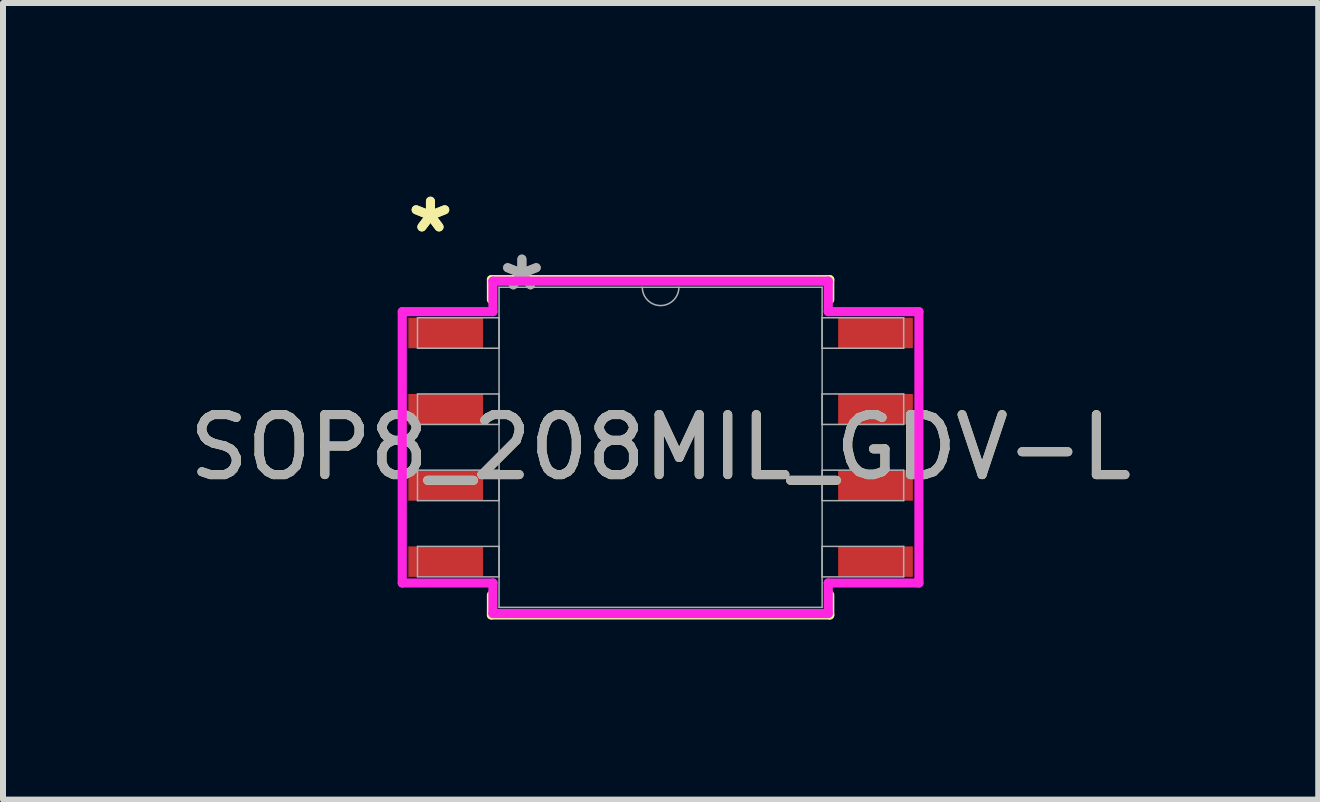
<source format=kicad_pcb>
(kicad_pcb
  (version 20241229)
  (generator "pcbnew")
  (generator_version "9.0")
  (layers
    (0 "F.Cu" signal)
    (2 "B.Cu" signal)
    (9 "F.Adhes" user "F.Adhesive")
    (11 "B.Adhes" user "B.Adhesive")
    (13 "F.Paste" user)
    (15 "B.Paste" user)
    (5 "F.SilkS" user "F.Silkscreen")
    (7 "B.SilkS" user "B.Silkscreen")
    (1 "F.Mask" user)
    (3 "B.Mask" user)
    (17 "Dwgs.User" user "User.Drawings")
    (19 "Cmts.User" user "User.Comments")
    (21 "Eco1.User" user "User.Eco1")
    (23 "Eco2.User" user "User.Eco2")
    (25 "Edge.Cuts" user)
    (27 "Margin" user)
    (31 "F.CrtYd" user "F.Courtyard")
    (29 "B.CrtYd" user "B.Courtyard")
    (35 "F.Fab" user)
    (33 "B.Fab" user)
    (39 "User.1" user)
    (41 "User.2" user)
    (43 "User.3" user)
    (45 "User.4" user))
  (footprint "SOP8_208MIL_GDV-L"
    (layer "F.Cu")
    (at 7.958 4.404)
    (property "Reference" "SOP8_208MIL_GDV-L" (at 0 0 0) (unlocked yes) (layer "F.SilkS") (effects (font (size 1 1) (thickness 0.15))))
    (attr smd)
    (fp_line (start -2.819 -2.794) (end -2.819 -2.461) (stroke (width 0.152) (type solid)) (layer "F.SilkS"))
    (fp_line (start -2.819 2.461) (end -2.819 2.794) (stroke (width 0.152) (type solid)) (layer "F.SilkS"))
    (fp_line (start -2.819 2.794) (end 2.819 2.794) (stroke (width 0.152) (type solid)) (layer "F.SilkS"))
    (fp_line (start 2.819 -2.794) (end -2.819 -2.794) (stroke (width 0.152) (type solid)) (layer "F.SilkS"))
    (fp_line (start 2.819 -2.461) (end 2.819 -2.794) (stroke (width 0.152) (type solid)) (layer "F.SilkS"))
    (fp_line (start 2.819 2.794) (end 2.819 2.461) (stroke (width 0.152) (type solid)) (layer "F.SilkS"))
    (fp_line (start -4.305 -2.261) (end -2.794 -2.261) (stroke (width 0.152) (type solid)) (layer "F.CrtYd"))
    (fp_line (start -4.305 2.261) (end -4.305 -2.261) (stroke (width 0.152) (type solid)) (layer "F.CrtYd"))
    (fp_line (start -4.305 2.261) (end -2.794 2.261) (stroke (width 0.152) (type solid)) (layer "F.CrtYd"))
    (fp_line (start -2.794 -2.769) (end 2.794 -2.769) (stroke (width 0.152) (type solid)) (layer "F.CrtYd"))
    (fp_line (start -2.794 -2.261) (end -2.794 -2.769) (stroke (width 0.152) (type solid)) (layer "F.CrtYd"))
    (fp_line (start -2.794 2.769) (end -2.794 2.261) (stroke (width 0.152) (type solid)) (layer "F.CrtYd"))
    (fp_line (start 2.794 -2.769) (end 2.794 -2.261) (stroke (width 0.152) (type solid)) (layer "F.CrtYd"))
    (fp_line (start 2.794 2.261) (end 2.794 2.769) (stroke (width 0.152) (type solid)) (layer "F.CrtYd"))
    (fp_line (start 2.794 2.769) (end -2.794 2.769) (stroke (width 0.152) (type solid)) (layer "F.CrtYd"))
    (fp_line (start 4.305 -2.261) (end 2.794 -2.261) (stroke (width 0.152) (type solid)) (layer "F.CrtYd"))
    (fp_line (start 4.305 -2.261) (end 4.305 2.261) (stroke (width 0.152) (type solid)) (layer "F.CrtYd"))
    (fp_line (start 4.305 2.261) (end 2.794 2.261) (stroke (width 0.152) (type solid)) (layer "F.CrtYd"))
    (fp_line (start -4.051 -2.159) (end -4.051 -1.651) (stroke (width 0.025) (type solid)) (layer "F.Fab"))
    (fp_line (start -4.051 -1.651) (end -2.692 -1.651) (stroke (width 0.025) (type solid)) (layer "F.Fab"))
    (fp_line (start -4.051 -0.889) (end -4.051 -0.381) (stroke (width 0.025) (type solid)) (layer "F.Fab"))
    (fp_line (start -4.051 -0.381) (end -2.692 -0.381) (stroke (width 0.025) (type solid)) (layer "F.Fab"))
    (fp_line (start -4.051 0.381) (end -4.051 0.889) (stroke (width 0.025) (type solid)) (layer "F.Fab"))
    (fp_line (start -4.051 0.889) (end -2.692 0.889) (stroke (width 0.025) (type solid)) (layer "F.Fab"))
    (fp_line (start -4.051 1.651) (end -4.051 2.159) (stroke (width 0.025) (type solid)) (layer "F.Fab"))
    (fp_line (start -4.051 2.159) (end -2.692 2.159) (stroke (width 0.025) (type solid)) (layer "F.Fab"))
    (fp_line (start -2.692 -2.667) (end -2.692 2.667) (stroke (width 0.025) (type solid)) (layer "F.Fab"))
    (fp_line (start -2.692 -2.159) (end -4.051 -2.159) (stroke (width 0.025) (type solid)) (layer "F.Fab"))
    (fp_line (start -2.692 -1.651) (end -2.692 -2.159) (stroke (width 0.025) (type solid)) (layer "F.Fab"))
    (fp_line (start -2.692 -0.889) (end -4.051 -0.889) (stroke (width 0.025) (type solid)) (layer "F.Fab"))
    (fp_line (start -2.692 -0.381) (end -2.692 -0.889) (stroke (width 0.025) (type solid)) (layer "F.Fab"))
    (fp_line (start -2.692 0.381) (end -4.051 0.381) (stroke (width 0.025) (type solid)) (layer "F.Fab"))
    (fp_line (start -2.692 0.889) (end -2.692 0.381) (stroke (width 0.025) (type solid)) (layer "F.Fab"))
    (fp_line (start -2.692 1.651) (end -4.051 1.651) (stroke (width 0.025) (type solid)) (layer "F.Fab"))
    (fp_line (start -2.692 2.159) (end -2.692 1.651) (stroke (width 0.025) (type solid)) (layer "F.Fab"))
    (fp_line (start -2.692 2.667) (end 2.692 2.667) (stroke (width 0.025) (type solid)) (layer "F.Fab"))
    (fp_line (start 2.692 -2.667) (end -2.692 -2.667) (stroke (width 0.025) (type solid)) (layer "F.Fab"))
    (fp_line (start 2.692 -2.159) (end 2.692 -1.651) (stroke (width 0.025) (type solid)) (layer "F.Fab"))
    (fp_line (start 2.692 -1.651) (end 4.051 -1.651) (stroke (width 0.025) (type solid)) (layer "F.Fab"))
    (fp_line (start 2.692 -0.889) (end 2.692 -0.381) (stroke (width 0.025) (type solid)) (layer "F.Fab"))
    (fp_line (start 2.692 -0.381) (end 4.051 -0.381) (stroke (width 0.025) (type solid)) (layer "F.Fab"))
    (fp_line (start 2.692 0.381) (end 2.692 0.889) (stroke (width 0.025) (type solid)) (layer "F.Fab"))
    (fp_line (start 2.692 0.889) (end 4.051 0.889) (stroke (width 0.025) (type solid)) (layer "F.Fab"))
    (fp_line (start 2.692 1.651) (end 2.692 2.159) (stroke (width 0.025) (type solid)) (layer "F.Fab"))
    (fp_line (start 2.692 2.159) (end 4.051 2.159) (stroke (width 0.025) (type solid)) (layer "F.Fab"))
    (fp_line (start 2.692 2.667) (end 2.692 -2.667) (stroke (width 0.025) (type solid)) (layer "F.Fab"))
    (fp_line (start 4.051 -2.159) (end 2.692 -2.159) (stroke (width 0.025) (type solid)) (layer "F.Fab"))
    (fp_line (start 4.051 -1.651) (end 4.051 -2.159) (stroke (width 0.025) (type solid)) (layer "F.Fab"))
    (fp_line (start 4.051 -0.889) (end 2.692 -0.889) (stroke (width 0.025) (type solid)) (layer "F.Fab"))
    (fp_line (start 4.051 -0.381) (end 4.051 -0.889) (stroke (width 0.025) (type solid)) (layer "F.Fab"))
    (fp_line (start 4.051 0.381) (end 2.692 0.381) (stroke (width 0.025) (type solid)) (layer "F.Fab"))
    (fp_line (start 4.051 0.889) (end 4.051 0.381) (stroke (width 0.025) (type solid)) (layer "F.Fab"))
    (fp_line (start 4.051 1.651) (end 2.692 1.651) (stroke (width 0.025) (type solid)) (layer "F.Fab"))
    (fp_line (start 4.051 2.159) (end 4.051 1.651) (stroke (width 0.025) (type solid)) (layer "F.Fab"))
    (fp_arc (start 0.3048 -2.667) (mid 0 -2.3622) (end -0.3048 -2.667) (stroke (width 0.0254) (type solid)) (layer "F.Fab"))
    (fp_text user "*" (at -3.835 -3.556 0) (layer "F.SilkS") (effects (font (size 1 1) (thickness 0.15))))
    (fp_text user "*" (at -3.835 -3.556 0) (unlocked yes) (layer "F.SilkS") (effects (font (size 1 1) (thickness 0.15))))
    (fp_text user "*" (at -2.311 -2.591 0) (layer "F.Fab") (effects (font (size 1 1) (thickness 0.15))))
    (fp_text user "${REFERENCE}" (at 0 0 0) (unlocked yes) (layer "F.Fab") (effects (font (size 1 1) (thickness 0.15))))
    (fp_text user "*" (at -2.311 -2.591 0) (unlocked yes) (layer "F.Fab") (effects (font (size 1 1) (thickness 0.15))))
    (pad "1" smd rect (at -3.581 -1.905) (size 1.245 0.508) (layers "F.Cu" "F.Mask" "F.Paste"))
    (pad "2" smd rect (at -3.581 -0.635) (size 1.245 0.508) (layers "F.Cu" "F.Mask" "F.Paste"))
    (pad "3" smd rect (at -3.581 0.635) (size 1.245 0.508) (layers "F.Cu" "F.Mask" "F.Paste"))
    (pad "4" smd rect (at -3.581 1.905) (size 1.245 0.508) (layers "F.Cu" "F.Mask" "F.Paste"))
    (pad "5" smd rect (at 3.581 1.905) (size 1.245 0.508) (layers "F.Cu" "F.Mask" "F.Paste"))
    (pad "6" smd rect (at 3.581 0.635) (size 1.245 0.508) (layers "F.Cu" "F.Mask" "F.Paste"))
    (pad "7" smd rect (at 3.581 -0.635) (size 1.245 0.508) (layers "F.Cu" "F.Mask" "F.Paste"))
    (pad "8" smd rect (at 3.581 -1.905) (size 1.245 0.508) (layers "F.Cu" "F.Mask" "F.Paste")))
  (gr_rect
    (start -3 -3)
    (end 18.917 10.274)
    (stroke (width 0.1) (type default))
    (fill no)
    (layer "Edge.Cuts")))
</source>
